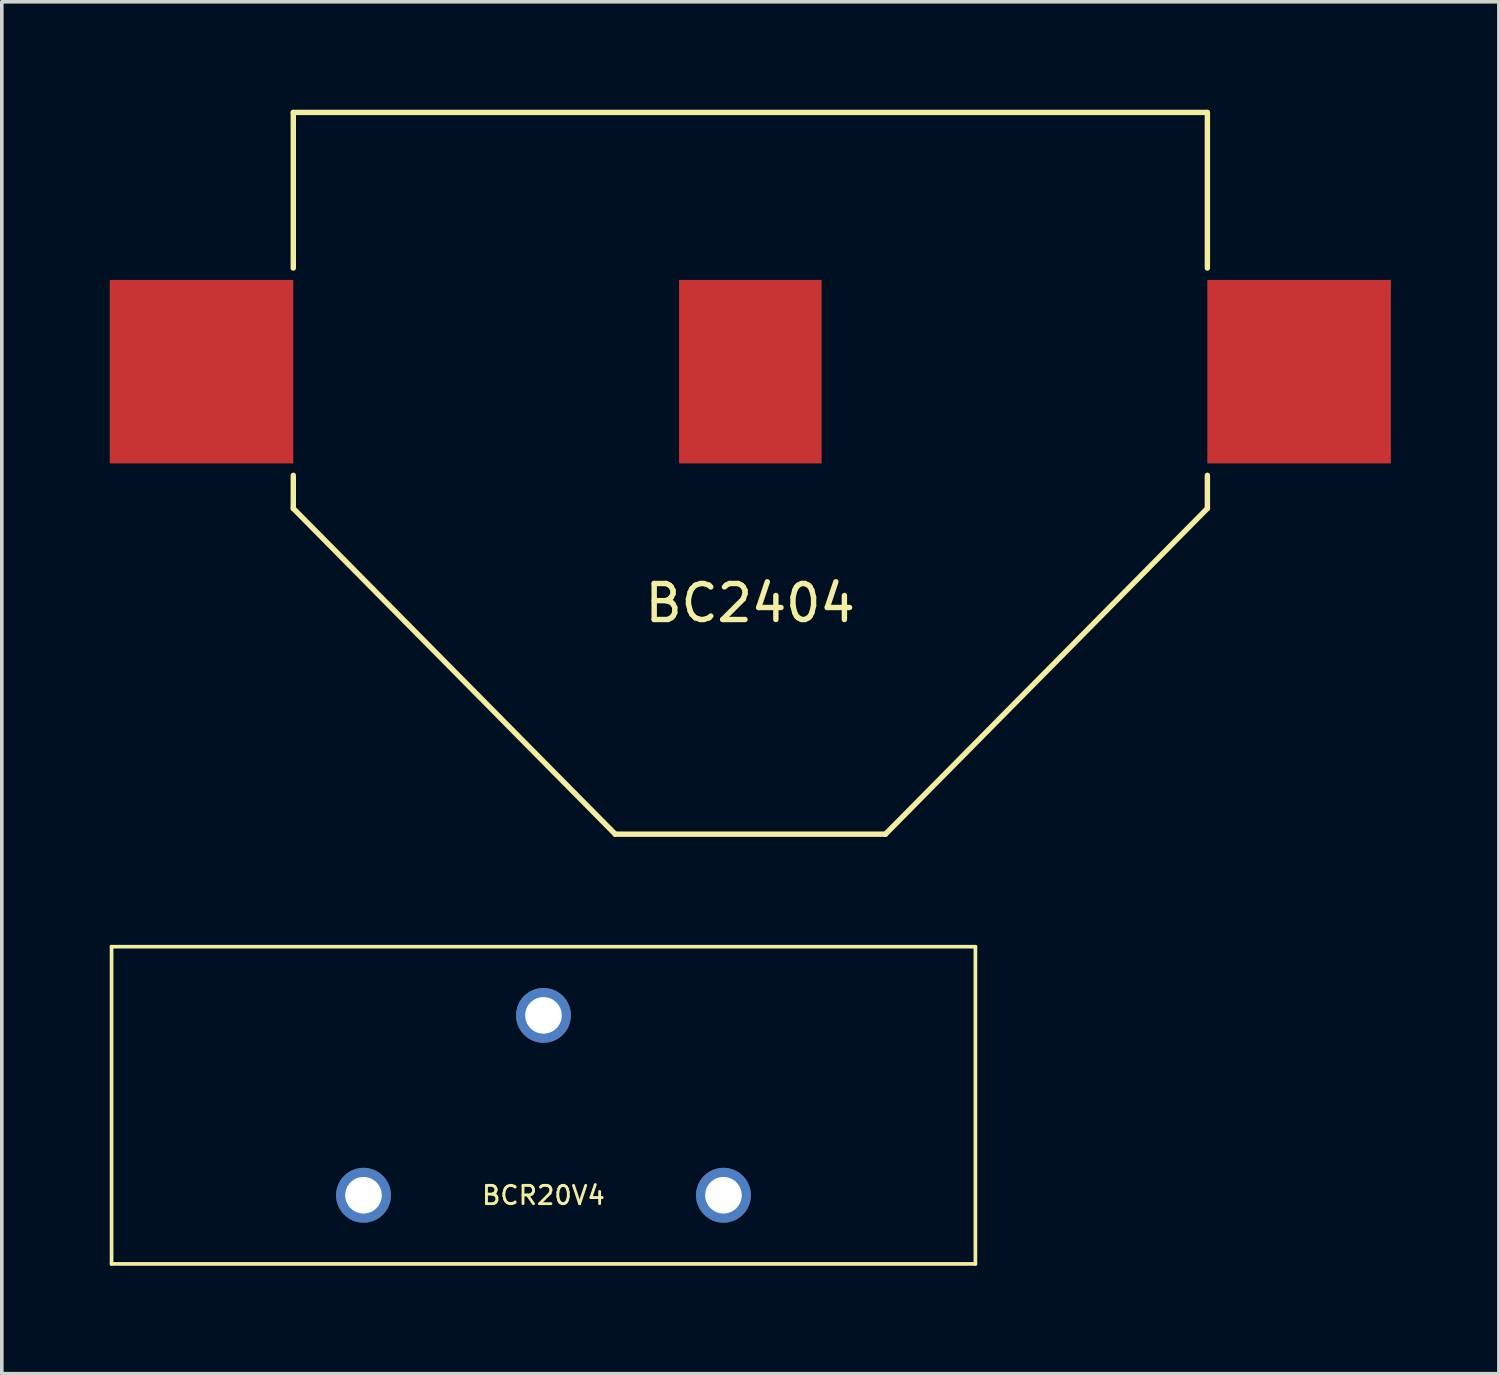
<source format=kicad_pcb>
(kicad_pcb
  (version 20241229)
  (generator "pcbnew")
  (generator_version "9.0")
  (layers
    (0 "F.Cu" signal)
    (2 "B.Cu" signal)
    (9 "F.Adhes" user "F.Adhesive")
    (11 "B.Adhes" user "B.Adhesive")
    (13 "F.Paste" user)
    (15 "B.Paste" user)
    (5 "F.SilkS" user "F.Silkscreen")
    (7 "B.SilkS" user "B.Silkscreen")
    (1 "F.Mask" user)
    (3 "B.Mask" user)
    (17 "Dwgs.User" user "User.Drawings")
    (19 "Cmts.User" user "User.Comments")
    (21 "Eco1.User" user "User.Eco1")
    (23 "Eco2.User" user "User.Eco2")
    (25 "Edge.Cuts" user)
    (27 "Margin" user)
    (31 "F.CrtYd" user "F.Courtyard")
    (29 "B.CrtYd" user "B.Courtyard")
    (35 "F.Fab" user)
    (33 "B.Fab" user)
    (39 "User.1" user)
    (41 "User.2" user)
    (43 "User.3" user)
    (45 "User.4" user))
  (footprint "BC2404"
    (layer "F.Cu")
    (at 17.8 7.278)
    (property "Reference" "BC2404" (at -0.005 6.431 0) (layer "F.SilkS") (effects (font (size 1 1) (thickness 0.15))))
    (attr through_hole)
    (fp_line (start -12.7 -7.203) (end -12.7 -2.88) (stroke (width 0.15) (type solid)) (layer "F.SilkS"))
    (fp_line (start -12.7 -7.203) (end 12.7 -7.203) (stroke (width 0.15) (type solid)) (layer "F.SilkS"))
    (fp_line (start -12.7 3.8) (end -12.7 2.88) (stroke (width 0.15) (type solid)) (layer "F.SilkS"))
    (fp_line (start -12.7 3.8) (end -3.754 12.852) (stroke (width 0.15) (type solid)) (layer "F.SilkS"))
    (fp_line (start -3.754 12.852) (end 3.754 12.852) (stroke (width 0.15) (type solid)) (layer "F.SilkS"))
    (fp_line (start 12.7 -7.203) (end 12.7 -2.88) (stroke (width 0.15) (type solid)) (layer "F.SilkS"))
    (fp_line (start 12.7 3.8) (end 3.754 12.852) (stroke (width 0.15) (type solid)) (layer "F.SilkS"))
    (fp_line (start 12.7 3.8) (end 12.7 2.88) (stroke (width 0.15) (type solid)) (layer "F.SilkS"))
    (pad "1" smd rect (at -15.25 0) (size 5.1 5.1) (layers "F.Cu" "F.Mask" "F.Paste"))
    (pad "1" smd rect (at 15.25 0) (size 5.1 5.1) (layers "F.Cu" "F.Mask" "F.Paste"))
    (pad "2" smd rect (at 0 0) (size 3.96 5.1) (layers "F.Cu" "F.Mask" "F.Paste")))
  (footprint "BCR20V4"
    (layer "F.Cu")
    (at 12.052 27.664)
    (property "Reference" "BCR20V4" (at 0 2.502 0) (layer "F.SilkS") (effects (font (size 0.508 0.508) (thickness 0.079))))
    (attr through_hole)
    (fp_line (start -12.002 -4.407) (end 12.002 -4.407) (stroke (width 0.102) (type solid)) (layer "F.SilkS"))
    (fp_line (start -12.002 4.407) (end -12.002 -4.407) (stroke (width 0.102) (type solid)) (layer "F.SilkS"))
    (fp_line (start 12.002 -4.407) (end 12.002 4.407) (stroke (width 0.102) (type solid)) (layer "F.SilkS"))
    (fp_line (start 12.002 4.407) (end -12.002 4.407) (stroke (width 0.102) (type solid)) (layer "F.SilkS"))
    (pad "1" thru_hole circle (at -5.001 2.499) (size 1.524 1.524) (drill 1.016) (layers "*.Cu" "*.Mask"))
    (pad "1" thru_hole circle (at 5.001 2.499) (size 1.524 1.524) (drill 1.016) (layers "*.Cu" "*.Mask"))
    (pad "2" thru_hole circle (at 0 -2.499) (size 1.524 1.524) (drill 1.016) (layers "*.Cu" "*.Mask")))
  (gr_rect
    (start -3 -3)
    (end 38.6 35.121)
    (stroke (width 0.1) (type default))
    (fill no)
    (layer "Edge.Cuts")))
</source>
